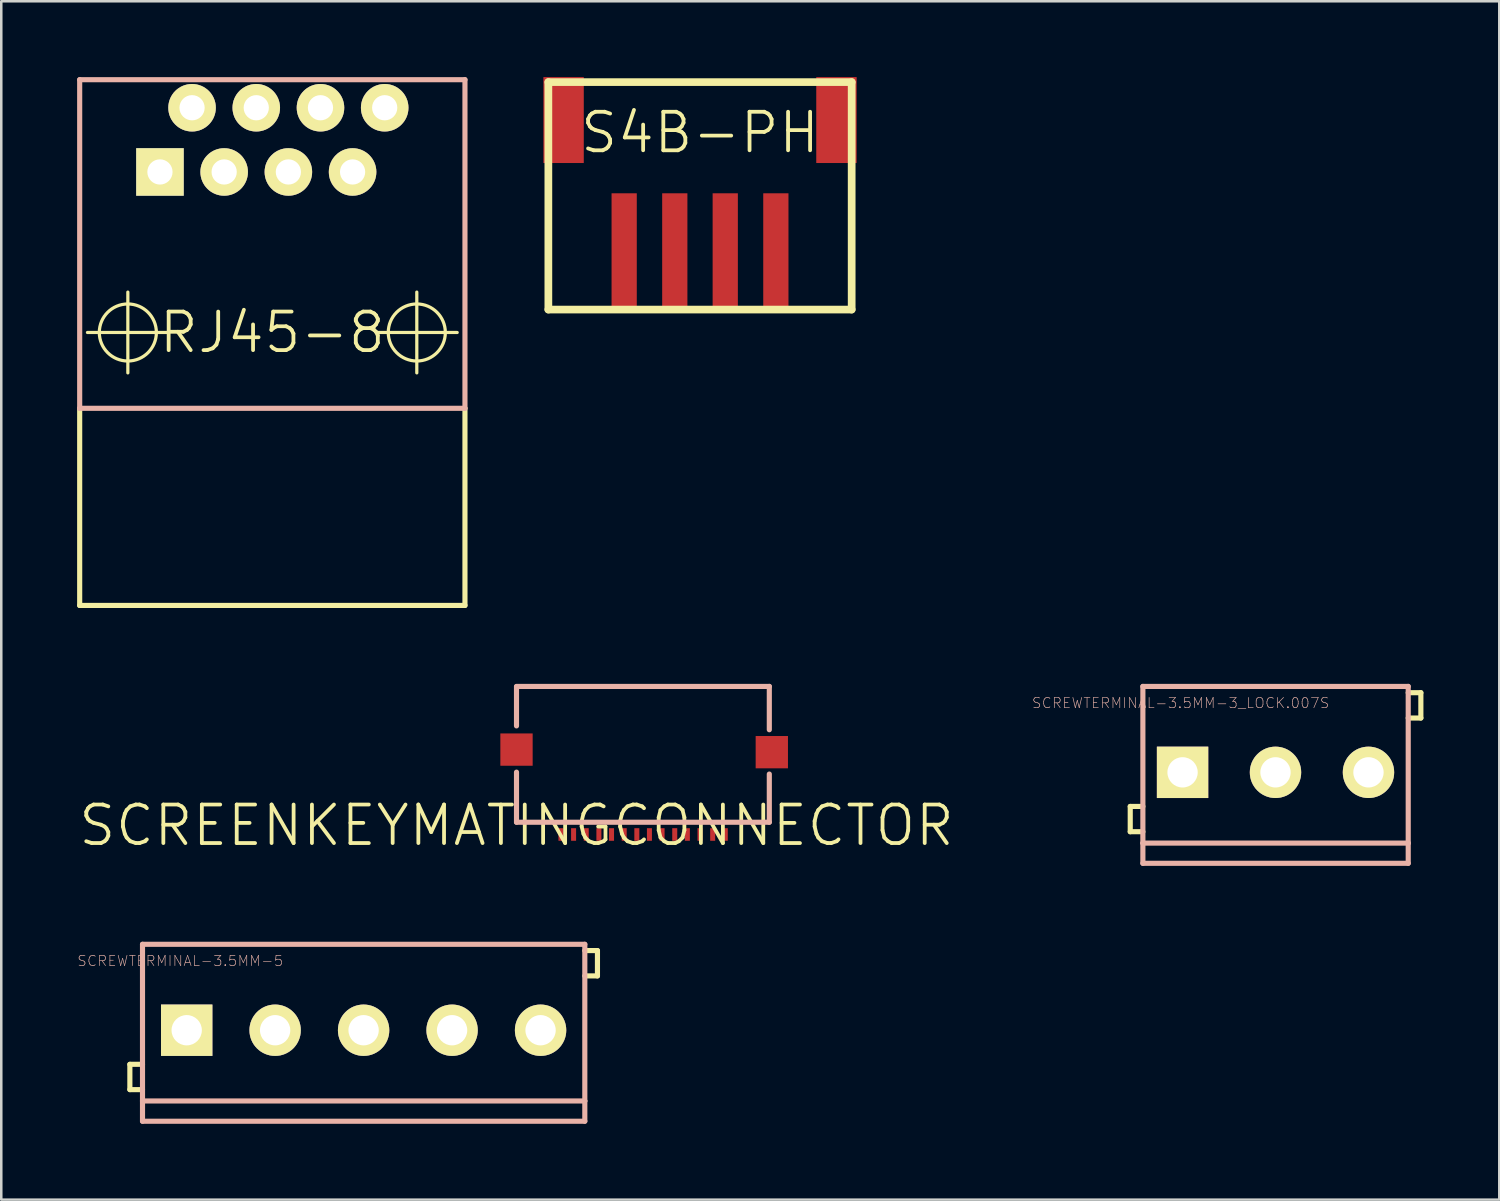
<source format=kicad_pcb>
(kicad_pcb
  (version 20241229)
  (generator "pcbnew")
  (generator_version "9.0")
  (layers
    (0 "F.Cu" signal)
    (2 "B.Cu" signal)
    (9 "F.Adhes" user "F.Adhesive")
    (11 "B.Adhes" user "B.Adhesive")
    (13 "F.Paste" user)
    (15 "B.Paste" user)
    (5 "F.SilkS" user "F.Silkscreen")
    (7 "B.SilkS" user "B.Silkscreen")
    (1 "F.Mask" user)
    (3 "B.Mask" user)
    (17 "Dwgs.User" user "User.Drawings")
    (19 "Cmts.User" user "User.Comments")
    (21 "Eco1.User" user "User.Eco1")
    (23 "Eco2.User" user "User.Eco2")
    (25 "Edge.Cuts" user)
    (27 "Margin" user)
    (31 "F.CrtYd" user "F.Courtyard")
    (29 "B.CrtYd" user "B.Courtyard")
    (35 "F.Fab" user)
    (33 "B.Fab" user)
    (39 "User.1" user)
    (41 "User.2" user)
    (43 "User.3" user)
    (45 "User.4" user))
  (footprint "SCREWTERMINAL-3.5MM-3_LOCK.007S"
    (layer "F.Cu")
    (at 43.906 27.501)
    (property "Reference" "SCREWTERMINAL-3.5MM-3_LOCK.007S" (at -0.254 -2.743 0) (layer "B.SilkS") (effects (font (size 0.406 0.406) (thickness 0.025))))
    (attr exclude_from_pos_files exclude_from_bom)
    (fp_line (start -2.248 1.349) (end -2.248 2.349) (stroke (width 0.203) (type solid)) (layer "F.SilkS"))
    (fp_line (start -2.248 2.349) (end -1.748 2.349) (stroke (width 0.203) (type solid)) (layer "F.SilkS"))
    (fp_line (start -1.748 1.349) (end -2.248 1.349) (stroke (width 0.203) (type solid)) (layer "F.SilkS"))
    (fp_line (start 8.748 -3.15) (end 9.248 -3.15) (stroke (width 0.203) (type solid)) (layer "F.SilkS"))
    (fp_line (start 9.248 -3.15) (end 9.248 -2.149) (stroke (width 0.203) (type solid)) (layer "F.SilkS"))
    (fp_line (start 9.248 -2.149) (end 8.748 -2.149) (stroke (width 0.203) (type solid)) (layer "F.SilkS"))
    (fp_circle (center 0 0) (end -0.211 0.211) (stroke (width 0) (type solid)) (fill yes) (layer "F.SilkS"))
    (fp_circle (center 3.498 0) (end 3.708 0.211) (stroke (width 0) (type solid)) (fill yes) (layer "F.SilkS"))
    (fp_circle (center 6.998 0) (end 7.209 0.211) (stroke (width 0) (type solid)) (fill yes) (layer "F.SilkS"))
    (fp_line (start -1.748 -3.399) (end 8.748 -3.399) (stroke (width 0.203) (type solid)) (layer "B.SilkS"))
    (fp_line (start -1.748 2.799) (end -1.748 -3.399) (stroke (width 0.203) (type solid)) (layer "B.SilkS"))
    (fp_line (start -1.748 3.599) (end -1.748 2.799) (stroke (width 0.203) (type solid)) (layer "B.SilkS"))
    (fp_line (start 8.748 -3.399) (end 8.748 2.799) (stroke (width 0.203) (type solid)) (layer "B.SilkS"))
    (fp_line (start 8.748 2.799) (end -1.748 2.799) (stroke (width 0.203) (type solid)) (layer "B.SilkS"))
    (fp_line (start 8.748 2.799) (end 8.748 3.599) (stroke (width 0.203) (type solid)) (layer "B.SilkS"))
    (fp_line (start 8.748 3.599) (end -1.748 3.599) (stroke (width 0.203) (type solid)) (layer "B.SilkS"))
    (pad "1" thru_hole rect (at -0.178 0) (size 2.032 2.032) (drill 1.199) (layers "*.Cu" "F.Mask" "F.SilkS" "F.Paste"))
    (pad "2" thru_hole circle (at 3.498 0) (size 2.032 2.032) (drill 1.199) (layers "*.Cu" "F.Mask" "F.SilkS" "F.Paste"))
    (pad "3" thru_hole circle (at 7.176 0) (size 2.032 2.032) (drill 1.199) (layers "*.Cu" "F.Mask" "F.SilkS" "F.Paste")))
  (footprint "S4B-PH"
    (layer "F.Cu")
    (at 24.64 2.197)
    (property "Reference" "S4B-PH" (at 0 0 0) (layer "F.SilkS") (effects (font (size 1.524 1.524) (thickness 0.15))))
    (attr smd)
    (fp_line (start -5.999 -1.999) (end -5.999 6.998) (stroke (width 0.305) (type solid)) (layer "F.SilkS"))
    (fp_line (start -5.999 6.998) (end 5.999 6.998) (stroke (width 0.305) (type solid)) (layer "F.SilkS"))
    (fp_line (start 5.999 -1.999) (end -5.999 -1.999) (stroke (width 0.305) (type solid)) (layer "F.SilkS"))
    (fp_line (start 5.999 6.998) (end 5.999 -1.999) (stroke (width 0.305) (type solid)) (layer "F.SilkS"))
    (pad "1" smd rect (at -3 4.699) (size 0.998 4.6) (layers "F.Cu" "F.Mask" "F.Paste"))
    (pad "2" smd rect (at -0.998 4.699) (size 0.998 4.6) (layers "F.Cu" "F.Mask" "F.Paste"))
    (pad "3" smd rect (at 0.998 4.699) (size 0.998 4.6) (layers "F.Cu" "F.Mask" "F.Paste"))
    (pad "4" smd rect (at 3 4.699) (size 0.998 4.6) (layers "F.Cu" "F.Mask" "F.Paste"))
    (pad "P$1" smd rect (at -5.397 -0.498 90) (size 3.399 1.598) (layers "F.Cu" "F.Mask" "F.Paste"))
    (pad "P$2" smd rect (at 5.397 -0.498 90) (size 3.399 1.598) (layers "F.Cu" "F.Mask" "F.Paste")))
  (footprint "RJ45-8"
    (layer "F.Cu")
    (at 7.722 10.102)
    (property "Reference" "RJ45-8" (at 0 0 0) (layer "F.SilkS") (effects (font (size 1.524 1.524) (thickness 0.15))))
    (attr exclude_from_pos_files exclude_from_bom)
    (fp_line (start -7.62 3) (end -7.62 10.798) (stroke (width 0.203) (type solid)) (layer "F.SilkS"))
    (fp_line (start -7.62 10.798) (end 7.62 10.798) (stroke (width 0.203) (type solid)) (layer "F.SilkS"))
    (fp_line (start -7.313 0) (end -4.115 0) (stroke (width 0.127) (type solid)) (layer "F.SilkS"))
    (fp_line (start -5.715 1.598) (end -5.715 -1.598) (stroke (width 0.127) (type solid)) (layer "F.SilkS"))
    (fp_line (start 4.115 0) (end 7.313 0) (stroke (width 0.127) (type solid)) (layer "F.SilkS"))
    (fp_line (start 5.715 1.598) (end 5.715 -1.598) (stroke (width 0.127) (type solid)) (layer "F.SilkS"))
    (fp_line (start 7.62 10.798) (end 7.62 3) (stroke (width 0.203) (type solid)) (layer "F.SilkS"))
    (fp_circle (center -5.715 0) (end -6.513 0.798) (stroke (width 0.127) (type solid)) (fill no) (layer "F.SilkS"))
    (fp_circle (center 5.715 0) (end 6.513 0.798) (stroke (width 0.127) (type solid)) (fill no) (layer "F.SilkS"))
    (fp_line (start -7.62 -10) (end 7.62 -10) (stroke (width 0.203) (type solid)) (layer "B.SilkS"))
    (fp_line (start -7.62 3) (end -7.62 -10) (stroke (width 0.203) (type solid)) (layer "B.SilkS"))
    (fp_line (start -7.62 3) (end 7.62 3) (stroke (width 0.203) (type solid)) (layer "B.SilkS"))
    (fp_line (start 7.62 -10) (end 7.62 3) (stroke (width 0.203) (type solid)) (layer "B.SilkS"))
    (pad "1" thru_hole rect (at -4.445 -6.35) (size 1.88 1.88) (drill 0.998) (layers "*.Cu" "F.Mask" "F.SilkS" "F.Paste"))
    (pad "2" thru_hole circle (at -3.175 -8.89) (size 1.88 1.88) (drill 0.998) (layers "*.Cu" "F.Mask" "F.SilkS" "F.Paste"))
    (pad "3" thru_hole circle (at -1.905 -6.35) (size 1.88 1.88) (drill 0.998) (layers "*.Cu" "F.Mask" "F.SilkS" "F.Paste"))
    (pad "4" thru_hole circle (at -0.635 -8.89) (size 1.88 1.88) (drill 0.998) (layers "*.Cu" "F.Mask" "F.SilkS" "F.Paste"))
    (pad "5" thru_hole circle (at 0.635 -6.35) (size 1.88 1.88) (drill 0.998) (layers "*.Cu" "F.Mask" "F.SilkS" "F.Paste"))
    (pad "6" thru_hole circle (at 1.905 -8.89) (size 1.88 1.88) (drill 0.998) (layers "*.Cu" "F.Mask" "F.SilkS" "F.Paste"))
    (pad "7" thru_hole circle (at 3.175 -6.35) (size 1.88 1.88) (drill 0.998) (layers "*.Cu" "F.Mask" "F.SilkS" "F.Paste"))
    (pad "8" thru_hole circle (at 4.445 -8.89) (size 1.88 1.88) (drill 0.998) (layers "*.Cu" "F.Mask" "F.SilkS" "F.Paste")))
  (footprint "SCREWTERMINAL-3.5MM-5"
    (layer "F.Cu")
    (at 4.335 37.702)
    (property "Reference" "SCREWTERMINAL-3.5MM-5" (at -0.254 -2.743 0) (layer "B.SilkS") (effects (font (size 0.406 0.406) (thickness 0.025))))
    (attr exclude_from_pos_files exclude_from_bom)
    (fp_line (start -2.248 1.349) (end -2.248 2.349) (stroke (width 0.203) (type solid)) (layer "F.SilkS"))
    (fp_line (start -2.248 2.349) (end -1.748 2.349) (stroke (width 0.203) (type solid)) (layer "F.SilkS"))
    (fp_line (start -1.748 1.349) (end -2.248 1.349) (stroke (width 0.203) (type solid)) (layer "F.SilkS"))
    (fp_line (start 15.748 -3.15) (end 16.248 -3.15) (stroke (width 0.203) (type solid)) (layer "F.SilkS"))
    (fp_line (start 16.248 -3.15) (end 16.248 -2.149) (stroke (width 0.203) (type solid)) (layer "F.SilkS"))
    (fp_line (start 16.248 -2.149) (end 15.748 -2.149) (stroke (width 0.203) (type solid)) (layer "F.SilkS"))
    (fp_line (start -1.748 -3.399) (end 15.748 -3.399) (stroke (width 0.203) (type solid)) (layer "B.SilkS"))
    (fp_line (start -1.748 2.799) (end -1.748 -3.399) (stroke (width 0.203) (type solid)) (layer "B.SilkS"))
    (fp_line (start -1.748 3.599) (end -1.748 2.799) (stroke (width 0.203) (type solid)) (layer "B.SilkS"))
    (fp_line (start 15.748 -3.399) (end 15.748 2.799) (stroke (width 0.203) (type solid)) (layer "B.SilkS"))
    (fp_line (start 15.748 2.799) (end -1.748 2.799) (stroke (width 0.203) (type solid)) (layer "B.SilkS"))
    (fp_line (start 15.748 2.799) (end 15.748 3.599) (stroke (width 0.203) (type solid)) (layer "B.SilkS"))
    (fp_line (start 15.748 3.599) (end -1.748 3.599) (stroke (width 0.203) (type solid)) (layer "B.SilkS"))
    (pad "1" thru_hole rect (at 0 0) (size 2.032 2.032) (drill 1.199) (layers "*.Cu" "F.Mask" "F.SilkS" "F.Paste"))
    (pad "2" thru_hole circle (at 3.498 0) (size 2.032 2.032) (drill 1.199) (layers "*.Cu" "F.Mask" "F.SilkS" "F.Paste"))
    (pad "3" thru_hole circle (at 6.998 0) (size 2.032 2.032) (drill 1.199) (layers "*.Cu" "F.Mask" "F.SilkS" "F.Paste"))
    (pad "4" thru_hole circle (at 10.498 0) (size 2.032 2.032) (drill 1.199) (layers "*.Cu" "F.Mask" "F.SilkS" "F.Paste"))
    (pad "5" thru_hole circle (at 13.998 0) (size 2.032 2.032) (drill 1.199) (layers "*.Cu" "F.Mask" "F.SilkS" "F.Paste")))
  (footprint "SCREENKEYMATINGCONNECTOR"
    (layer "F.Cu")
    (at 17.381 29.601)
    (property "Reference" "SCREENKEYMATINGCONNECTOR" (at 0 0 0) (layer "F.SilkS") (effects (font (size 1.524 1.524) (thickness 0.15))))
    (attr smd)
    (fp_line (start 0 -5.486) (end 0 -3.937) (stroke (width 0.203) (type solid)) (layer "B.SilkS"))
    (fp_line (start 0 -2.108) (end 0 -0.127) (stroke (width 0.203) (type solid)) (layer "B.SilkS"))
    (fp_line (start 0 -0.127) (end 10 -0.127) (stroke (width 0.203) (type solid)) (layer "B.SilkS"))
    (fp_line (start 10 -5.499) (end 0 -5.499) (stroke (width 0.203) (type solid)) (layer "B.SilkS"))
    (fp_line (start 10 -3.785) (end 10 -5.499) (stroke (width 0.203) (type solid)) (layer "B.SilkS"))
    (fp_line (start 10 -0.127) (end 10 -2.032) (stroke (width 0.203) (type solid)) (layer "B.SilkS"))
    (pad "1" smd rect (at 1.758 0.358 180) (size 0.198 0.498) (layers "F.Cu" "F.Mask" "F.Paste"))
    (pad "2" smd rect (at 2.258 0.358 180) (size 0.198 0.498) (layers "F.Cu" "F.Mask" "F.Paste"))
    (pad "3" smd rect (at 2.758 0.358 180) (size 0.198 0.498) (layers "F.Cu" "F.Mask" "F.Paste"))
    (pad "4" smd rect (at 3.259 0.358 180) (size 0.198 0.498) (layers "F.Cu" "F.Mask" "F.Paste"))
    (pad "5" smd rect (at 3.759 0.358 180) (size 0.198 0.498) (layers "F.Cu" "F.Mask" "F.Paste"))
    (pad "6" smd rect (at 4.26 0.358 180) (size 0.198 0.498) (layers "F.Cu" "F.Mask" "F.Paste"))
    (pad "7" smd rect (at 4.76 0.358 180) (size 0.198 0.498) (layers "F.Cu" "F.Mask" "F.Paste"))
    (pad "8" smd rect (at 5.258 0.358 180) (size 0.198 0.498) (layers "F.Cu" "F.Mask" "F.Paste"))
    (pad "9" smd rect (at 5.758 0.358 180) (size 0.198 0.498) (layers "F.Cu" "F.Mask" "F.Paste"))
    (pad "10" smd rect (at 6.259 0.358 180) (size 0.198 0.498) (layers "F.Cu" "F.Mask" "F.Paste"))
    (pad "11" smd rect (at 6.759 0.358 180) (size 0.198 0.498) (layers "F.Cu" "F.Mask" "F.Paste"))
    (pad "12" smd rect (at 7.259 0.358 180) (size 0.198 0.498) (layers "F.Cu" "F.Mask" "F.Paste"))
    (pad "13" smd rect (at 7.76 0.358 180) (size 0.198 0.498) (layers "F.Cu" "F.Mask" "F.Paste"))
    (pad "14" smd rect (at 8.258 0.358 180) (size 0.198 0.498) (layers "F.Cu" "F.Mask" "F.Paste"))
    (pad "P$15" smd rect (at 0 -3) (size 1.278 1.278) (layers "F.Cu" "F.Mask" "F.Paste"))
    (pad "P$16" smd rect (at 10.099 -2.898) (size 1.278 1.278) (layers "F.Cu" "F.Mask" "F.Paste")))
  (gr_rect
    (start -3 -3)
    (end 56.256 44.403)
    (stroke (width 0.1) (type default))
    (fill no)
    (layer "Edge.Cuts")))
</source>
